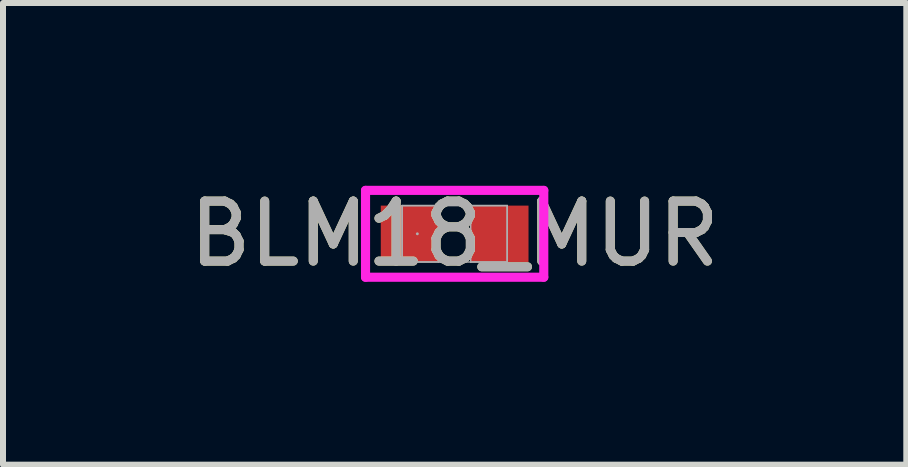
<source format=kicad_pcb>
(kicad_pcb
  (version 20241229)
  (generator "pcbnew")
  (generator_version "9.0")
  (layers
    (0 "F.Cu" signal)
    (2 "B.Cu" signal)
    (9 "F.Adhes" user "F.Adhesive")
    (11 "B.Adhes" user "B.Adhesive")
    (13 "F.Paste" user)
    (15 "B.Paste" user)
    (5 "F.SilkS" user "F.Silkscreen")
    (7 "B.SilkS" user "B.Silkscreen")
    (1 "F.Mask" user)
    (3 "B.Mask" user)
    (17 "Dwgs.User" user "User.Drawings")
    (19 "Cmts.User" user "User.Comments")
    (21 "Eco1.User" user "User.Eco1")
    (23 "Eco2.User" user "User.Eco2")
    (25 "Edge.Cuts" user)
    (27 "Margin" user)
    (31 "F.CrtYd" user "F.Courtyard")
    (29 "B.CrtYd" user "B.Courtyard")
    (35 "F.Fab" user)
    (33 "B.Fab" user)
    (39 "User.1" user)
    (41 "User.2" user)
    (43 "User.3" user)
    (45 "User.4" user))
  (footprint "BLM18_MUR"
    (layer "F.Cu")
    (at 4.53 0.848)
    (property "Reference" "BLM18_MUR" (at 0 0 0) (unlocked yes) (layer "F.SilkS") (effects (font (size 1 1) (thickness 0.15))))
    (attr smd)
    (fp_line (start -1.486 -0.724) (end 1.486 -0.724) (stroke (width 0.152) (type solid)) (layer "F.CrtYd"))
    (fp_line (start -1.486 0.724) (end -1.486 -0.724) (stroke (width 0.152) (type solid)) (layer "F.CrtYd"))
    (fp_line (start 1.486 -0.724) (end 1.486 0.724) (stroke (width 0.152) (type solid)) (layer "F.CrtYd"))
    (fp_line (start 1.486 0.724) (end -1.486 0.724) (stroke (width 0.152) (type solid)) (layer "F.CrtYd"))
    (fp_line (start -0.876 -0.47) (end -0.876 0.47) (stroke (width 0.025) (type solid)) (layer "F.Fab"))
    (fp_line (start -0.876 -0.47) (end -0.876 0.47) (stroke (width 0.025) (type solid)) (layer "F.Fab"))
    (fp_line (start -0.876 0.47) (end -0.267 0.47) (stroke (width 0.025) (type solid)) (layer "F.Fab"))
    (fp_line (start -0.876 0.47) (end 0.876 0.47) (stroke (width 0.025) (type solid)) (layer "F.Fab"))
    (fp_line (start -0.267 -0.47) (end -0.876 -0.47) (stroke (width 0.025) (type solid)) (layer "F.Fab"))
    (fp_line (start -0.267 0.47) (end -0.267 -0.47) (stroke (width 0.025) (type solid)) (layer "F.Fab"))
    (fp_line (start 0.267 -0.47) (end 0.267 0.47) (stroke (width 0.025) (type solid)) (layer "F.Fab"))
    (fp_line (start 0.267 0.47) (end 0.876 0.47) (stroke (width 0.025) (type solid)) (layer "F.Fab"))
    (fp_line (start 0.876 -0.47) (end -0.876 -0.47) (stroke (width 0.025) (type solid)) (layer "F.Fab"))
    (fp_line (start 0.876 -0.47) (end 0.267 -0.47) (stroke (width 0.025) (type solid)) (layer "F.Fab"))
    (fp_line (start 0.876 0.47) (end 0.876 -0.47) (stroke (width 0.025) (type solid)) (layer "F.Fab"))
    (fp_line (start 0.876 0.47) (end 0.876 -0.47) (stroke (width 0.025) (type solid)) (layer "F.Fab"))
    (fp_circle (center -0.622 0) (end -0.622 0) (stroke (width 0.025) (type solid)) (fill no) (layer "F.Fab"))
    (fp_text user "${REFERENCE}" (at 0 0 0) (unlocked yes) (layer "F.Fab") (effects (font (size 1 1) (thickness 0.15))))
    (pad "1" smd rect (at -0.749 0) (size 0.965 0.94) (layers "F.Cu" "F.Mask" "F.Paste"))
    (pad "2" smd rect (at 0.749 0) (size 0.965 0.94) (layers "F.Cu" "F.Mask" "F.Paste"))
    (zone (net_name "") (layer "F.Cu") (hatch full 0.508) (connect_pads) (min_thickness 0.254) (filled_areas_thickness no) (keepout (tracks not_allowed) (vias not_allowed) (pads allowed) (copperpour not_allowed) (footprints allowed)) (placement (enabled no)) (fill) (polygon (pts (xy 4.314 0.429) (xy 4.746 0.429) (xy 4.746 1.267) (xy 4.314 1.267)))))
  (gr_rect
    (start -3 -3)
    (end 12.06 4.697)
    (stroke (width 0.1) (type default))
    (fill no)
    (layer "Edge.Cuts")))
</source>
